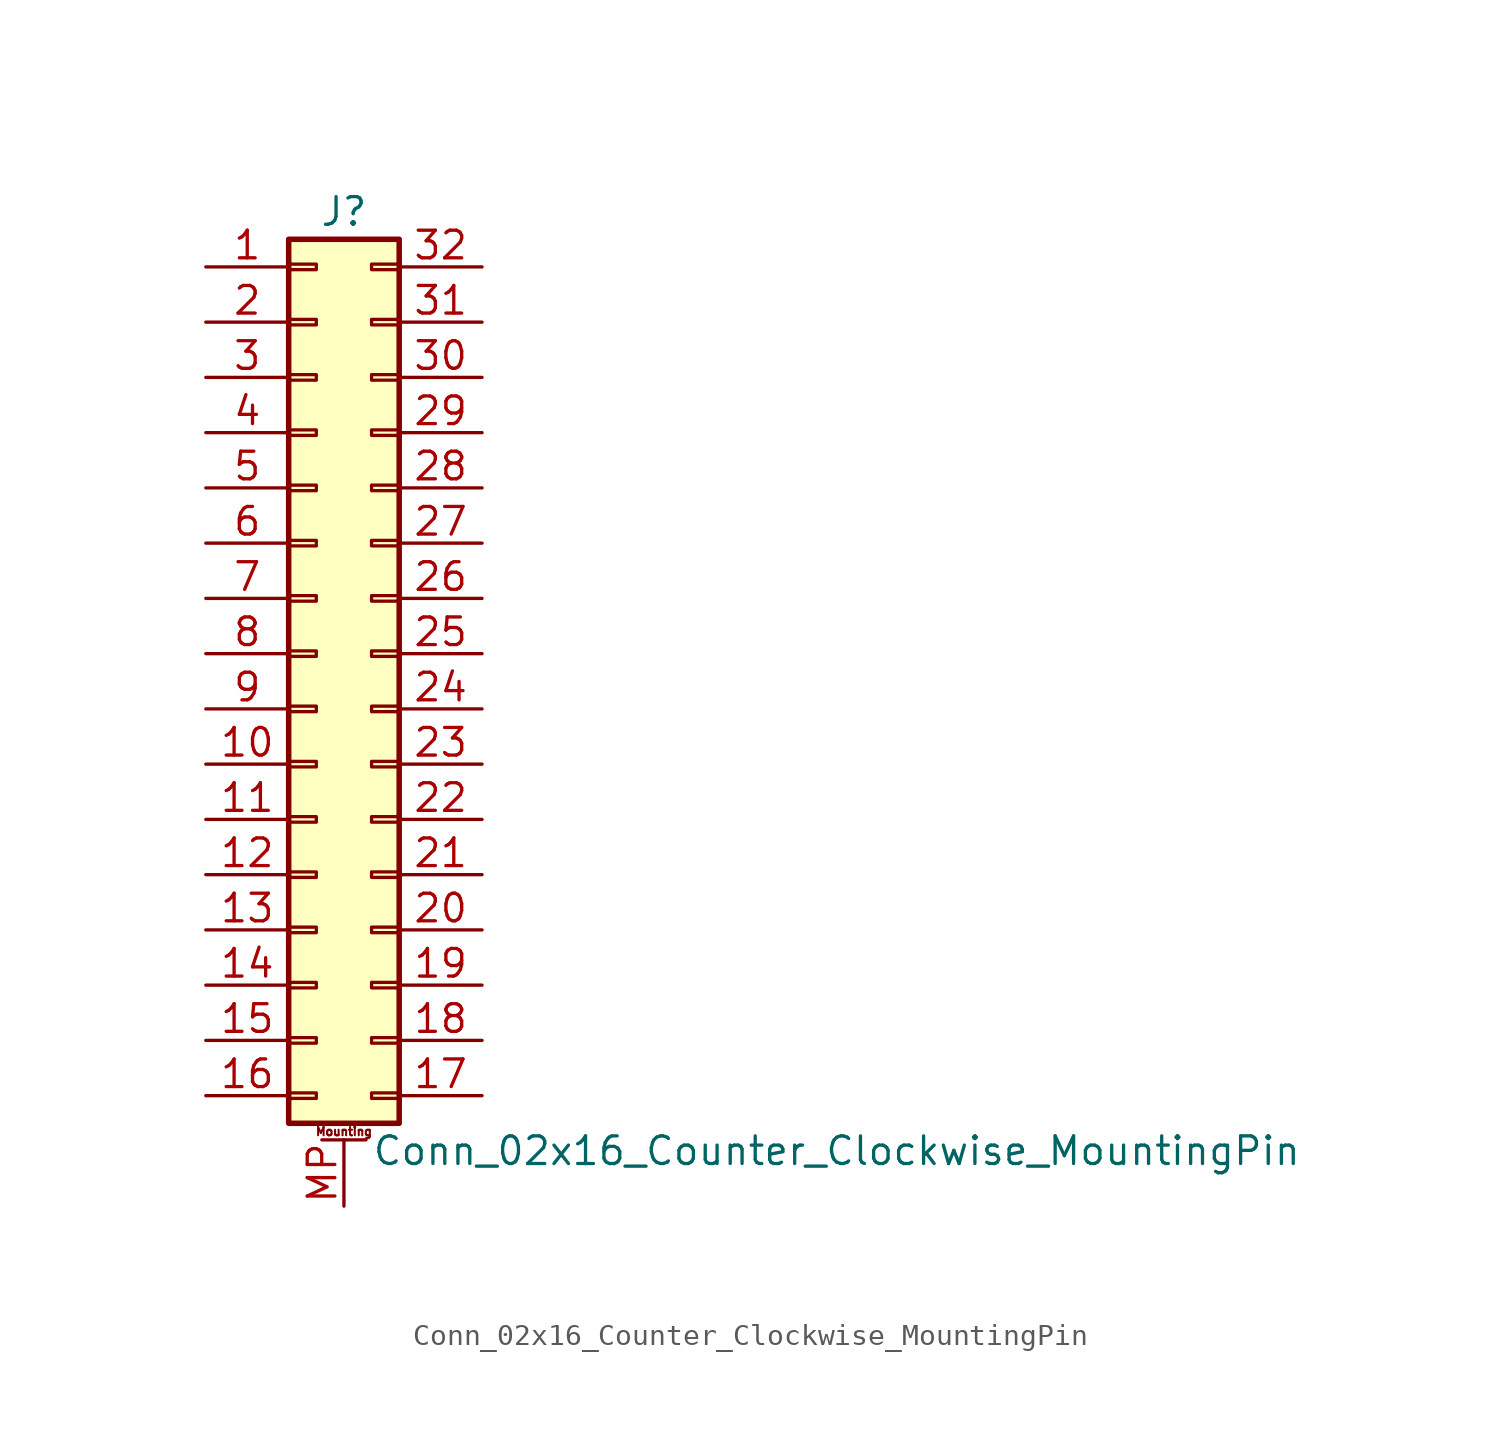
<source format=kicad_sym>
(kicad_symbol_lib
  (version 20211014)
  (generator kicad_symbol_editor)
  (symbol "Conn_02x16_Counter_Clockwise_MountingPin"
    (pin_names
      (offset 1.016) hide)
    (property "Reference" "J"
      (at 1.27 20.32 0)
      (effects (font (size 1.27 1.27))))
    (property "Value" "Conn_02x16_Counter_Clockwise_MountingPin"
      (at 2.54 -22.86 0)
      (effects (font (size 1.27 1.27)) (justify left)))
    (symbol "Conn_02x16_Counter_Clockwise_MountingPin_1_1"
      (rectangle (start -1.27 -20.193) (end 0 -20.447) (stroke (width 0.152) (type default) (color 0 0 0 0)) (fill (type none)))
      (rectangle (start -1.27 -17.653) (end 0 -17.907) (stroke (width 0.152) (type default) (color 0 0 0 0)) (fill (type none)))
      (rectangle (start -1.27 -15.113) (end 0 -15.367) (stroke (width 0.152) (type default) (color 0 0 0 0)) (fill (type none)))
      (rectangle (start -1.27 -12.573) (end 0 -12.827) (stroke (width 0.152) (type default) (color 0 0 0 0)) (fill (type none)))
      (rectangle (start -1.27 -10.033) (end 0 -10.287) (stroke (width 0.152) (type default) (color 0 0 0 0)) (fill (type none)))
      (rectangle (start -1.27 -7.493) (end 0 -7.747) (stroke (width 0.152) (type default) (color 0 0 0 0)) (fill (type none)))
      (rectangle (start -1.27 -4.953) (end 0 -5.207) (stroke (width 0.152) (type default) (color 0 0 0 0)) (fill (type none)))
      (rectangle (start -1.27 -2.413) (end 0 -2.667) (stroke (width 0.152) (type default) (color 0 0 0 0)) (fill (type none)))
      (rectangle (start -1.27 0.127) (end 0 -0.127) (stroke (width 0.152) (type default) (color 0 0 0 0)) (fill (type none)))
      (rectangle (start -1.27 2.667) (end 0 2.413) (stroke (width 0.152) (type default) (color 0 0 0 0)) (fill (type none)))
      (rectangle (start -1.27 5.207) (end 0 4.953) (stroke (width 0.152) (type default) (color 0 0 0 0)) (fill (type none)))
      (rectangle (start -1.27 7.747) (end 0 7.493) (stroke (width 0.152) (type default) (color 0 0 0 0)) (fill (type none)))
      (rectangle (start -1.27 10.287) (end 0 10.033) (stroke (width 0.152) (type default) (color 0 0 0 0)) (fill (type none)))
      (rectangle (start -1.27 12.827) (end 0 12.573) (stroke (width 0.152) (type default) (color 0 0 0 0)) (fill (type none)))
      (rectangle (start -1.27 15.367) (end 0 15.113) (stroke (width 0.152) (type default) (color 0 0 0 0)) (fill (type none)))
      (rectangle (start -1.27 17.907) (end 0 17.653) (stroke (width 0.152) (type default) (color 0 0 0 0)) (fill (type none)))
      (rectangle (start -1.27 19.05) (end 3.81 -21.59) (stroke (width 0.254) (type default) (color 0 0 0 0)) (fill (type background)))
      (polyline (pts (xy 0.254 -22.352) (xy 2.286 -22.352)) (stroke (width 0.152) (type default) (color 0 0 0 0)) (fill (type none)))
      (rectangle (start 3.81 -20.193) (end 2.54 -20.447) (stroke (width 0.152) (type default) (color 0 0 0 0)) (fill (type none)))
      (rectangle (start 3.81 -17.653) (end 2.54 -17.907) (stroke (width 0.152) (type default) (color 0 0 0 0)) (fill (type none)))
      (rectangle (start 3.81 -15.113) (end 2.54 -15.367) (stroke (width 0.152) (type default) (color 0 0 0 0)) (fill (type none)))
      (rectangle (start 3.81 -12.573) (end 2.54 -12.827) (stroke (width 0.152) (type default) (color 0 0 0 0)) (fill (type none)))
      (rectangle (start 3.81 -10.033) (end 2.54 -10.287) (stroke (width 0.152) (type default) (color 0 0 0 0)) (fill (type none)))
      (rectangle (start 3.81 -7.493) (end 2.54 -7.747) (stroke (width 0.152) (type default) (color 0 0 0 0)) (fill (type none)))
      (rectangle (start 3.81 -4.953) (end 2.54 -5.207) (stroke (width 0.152) (type default) (color 0 0 0 0)) (fill (type none)))
      (rectangle (start 3.81 -2.413) (end 2.54 -2.667) (stroke (width 0.152) (type default) (color 0 0 0 0)) (fill (type none)))
      (rectangle (start 3.81 0.127) (end 2.54 -0.127) (stroke (width 0.152) (type default) (color 0 0 0 0)) (fill (type none)))
      (rectangle (start 3.81 2.667) (end 2.54 2.413) (stroke (width 0.152) (type default) (color 0 0 0 0)) (fill (type none)))
      (rectangle (start 3.81 5.207) (end 2.54 4.953) (stroke (width 0.152) (type default) (color 0 0 0 0)) (fill (type none)))
      (rectangle (start 3.81 7.747) (end 2.54 7.493) (stroke (width 0.152) (type default) (color 0 0 0 0)) (fill (type none)))
      (rectangle (start 3.81 10.287) (end 2.54 10.033) (stroke (width 0.152) (type default) (color 0 0 0 0)) (fill (type none)))
      (rectangle (start 3.81 12.827) (end 2.54 12.573) (stroke (width 0.152) (type default) (color 0 0 0 0)) (fill (type none)))
      (rectangle (start 3.81 15.367) (end 2.54 15.113) (stroke (width 0.152) (type default) (color 0 0 0 0)) (fill (type none)))
      (rectangle (start 3.81 17.907) (end 2.54 17.653) (stroke (width 0.152) (type default) (color 0 0 0 0)) (fill (type none)))
      (text "Mounting" (at 1.27 -21.971 0) (effects (font (size 0.381 0.381))))
      (pin passive line (at -5.08 17.78 0) (length 3.81) (name "Pin_1" (effects (font (size 1.27 1.27)))) (number "1" (effects (font (size 1.27 1.27)))))
      (pin passive line (at -5.08 -5.08 0) (length 3.81) (name "Pin_10" (effects (font (size 1.27 1.27)))) (number "10" (effects (font (size 1.27 1.27)))))
      (pin passive line (at -5.08 -7.62 0) (length 3.81) (name "Pin_11" (effects (font (size 1.27 1.27)))) (number "11" (effects (font (size 1.27 1.27)))))
      (pin passive line (at -5.08 -10.16 0) (length 3.81) (name "Pin_12" (effects (font (size 1.27 1.27)))) (number "12" (effects (font (size 1.27 1.27)))))
      (pin passive line (at -5.08 -12.7 0) (length 3.81) (name "Pin_13" (effects (font (size 1.27 1.27)))) (number "13" (effects (font (size 1.27 1.27)))))
      (pin passive line (at -5.08 -15.24 0) (length 3.81) (name "Pin_14" (effects (font (size 1.27 1.27)))) (number "14" (effects (font (size 1.27 1.27)))))
      (pin passive line (at -5.08 -17.78 0) (length 3.81) (name "Pin_15" (effects (font (size 1.27 1.27)))) (number "15" (effects (font (size 1.27 1.27)))))
      (pin passive line (at -5.08 -20.32 0) (length 3.81) (name "Pin_16" (effects (font (size 1.27 1.27)))) (number "16" (effects (font (size 1.27 1.27)))))
      (pin passive line (at 7.62 -20.32 180) (length 3.81) (name "Pin_17" (effects (font (size 1.27 1.27)))) (number "17" (effects (font (size 1.27 1.27)))))
      (pin passive line (at 7.62 -17.78 180) (length 3.81) (name "Pin_18" (effects (font (size 1.27 1.27)))) (number "18" (effects (font (size 1.27 1.27)))))
      (pin passive line (at 7.62 -15.24 180) (length 3.81) (name "Pin_19" (effects (font (size 1.27 1.27)))) (number "19" (effects (font (size 1.27 1.27)))))
      (pin passive line (at -5.08 15.24 0) (length 3.81) (name "Pin_2" (effects (font (size 1.27 1.27)))) (number "2" (effects (font (size 1.27 1.27)))))
      (pin passive line (at 7.62 -12.7 180) (length 3.81) (name "Pin_20" (effects (font (size 1.27 1.27)))) (number "20" (effects (font (size 1.27 1.27)))))
      (pin passive line (at 7.62 -10.16 180) (length 3.81) (name "Pin_21" (effects (font (size 1.27 1.27)))) (number "21" (effects (font (size 1.27 1.27)))))
      (pin passive line (at 7.62 -7.62 180) (length 3.81) (name "Pin_22" (effects (font (size 1.27 1.27)))) (number "22" (effects (font (size 1.27 1.27)))))
      (pin passive line (at 7.62 -5.08 180) (length 3.81) (name "Pin_23" (effects (font (size 1.27 1.27)))) (number "23" (effects (font (size 1.27 1.27)))))
      (pin passive line (at 7.62 -2.54 180) (length 3.81) (name "Pin_24" (effects (font (size 1.27 1.27)))) (number "24" (effects (font (size 1.27 1.27)))))
      (pin passive line (at 7.62 0 180) (length 3.81) (name "Pin_25" (effects (font (size 1.27 1.27)))) (number "25" (effects (font (size 1.27 1.27)))))
      (pin passive line (at 7.62 2.54 180) (length 3.81) (name "Pin_26" (effects (font (size 1.27 1.27)))) (number "26" (effects (font (size 1.27 1.27)))))
      (pin passive line (at 7.62 5.08 180) (length 3.81) (name "Pin_27" (effects (font (size 1.27 1.27)))) (number "27" (effects (font (size 1.27 1.27)))))
      (pin passive line (at 7.62 7.62 180) (length 3.81) (name "Pin_28" (effects (font (size 1.27 1.27)))) (number "28" (effects (font (size 1.27 1.27)))))
      (pin passive line (at 7.62 10.16 180) (length 3.81) (name "Pin_29" (effects (font (size 1.27 1.27)))) (number "29" (effects (font (size 1.27 1.27)))))
      (pin passive line (at -5.08 12.7 0) (length 3.81) (name "Pin_3" (effects (font (size 1.27 1.27)))) (number "3" (effects (font (size 1.27 1.27)))))
      (pin passive line (at 7.62 12.7 180) (length 3.81) (name "Pin_30" (effects (font (size 1.27 1.27)))) (number "30" (effects (font (size 1.27 1.27)))))
      (pin passive line (at 7.62 15.24 180) (length 3.81) (name "Pin_31" (effects (font (size 1.27 1.27)))) (number "31" (effects (font (size 1.27 1.27)))))
      (pin passive line (at 7.62 17.78 180) (length 3.81) (name "Pin_32" (effects (font (size 1.27 1.27)))) (number "32" (effects (font (size 1.27 1.27)))))
      (pin passive line (at -5.08 10.16 0) (length 3.81) (name "Pin_4" (effects (font (size 1.27 1.27)))) (number "4" (effects (font (size 1.27 1.27)))))
      (pin passive line (at -5.08 7.62 0) (length 3.81) (name "Pin_5" (effects (font (size 1.27 1.27)))) (number "5" (effects (font (size 1.27 1.27)))))
      (pin passive line (at -5.08 5.08 0) (length 3.81) (name "Pin_6" (effects (font (size 1.27 1.27)))) (number "6" (effects (font (size 1.27 1.27)))))
      (pin passive line (at -5.08 2.54 0) (length 3.81) (name "Pin_7" (effects (font (size 1.27 1.27)))) (number "7" (effects (font (size 1.27 1.27)))))
      (pin passive line (at -5.08 0 0) (length 3.81) (name "Pin_8" (effects (font (size 1.27 1.27)))) (number "8" (effects (font (size 1.27 1.27)))))
      (pin passive line (at -5.08 -2.54 0) (length 3.81) (name "Pin_9" (effects (font (size 1.27 1.27)))) (number "9" (effects (font (size 1.27 1.27)))))
      (pin passive line (at 1.27 -25.4 90) (length 3.048) (name "MountPin" (effects (font (size 1.27 1.27)))) (number "MP" (effects (font (size 1.27 1.27))))))))
</source>
